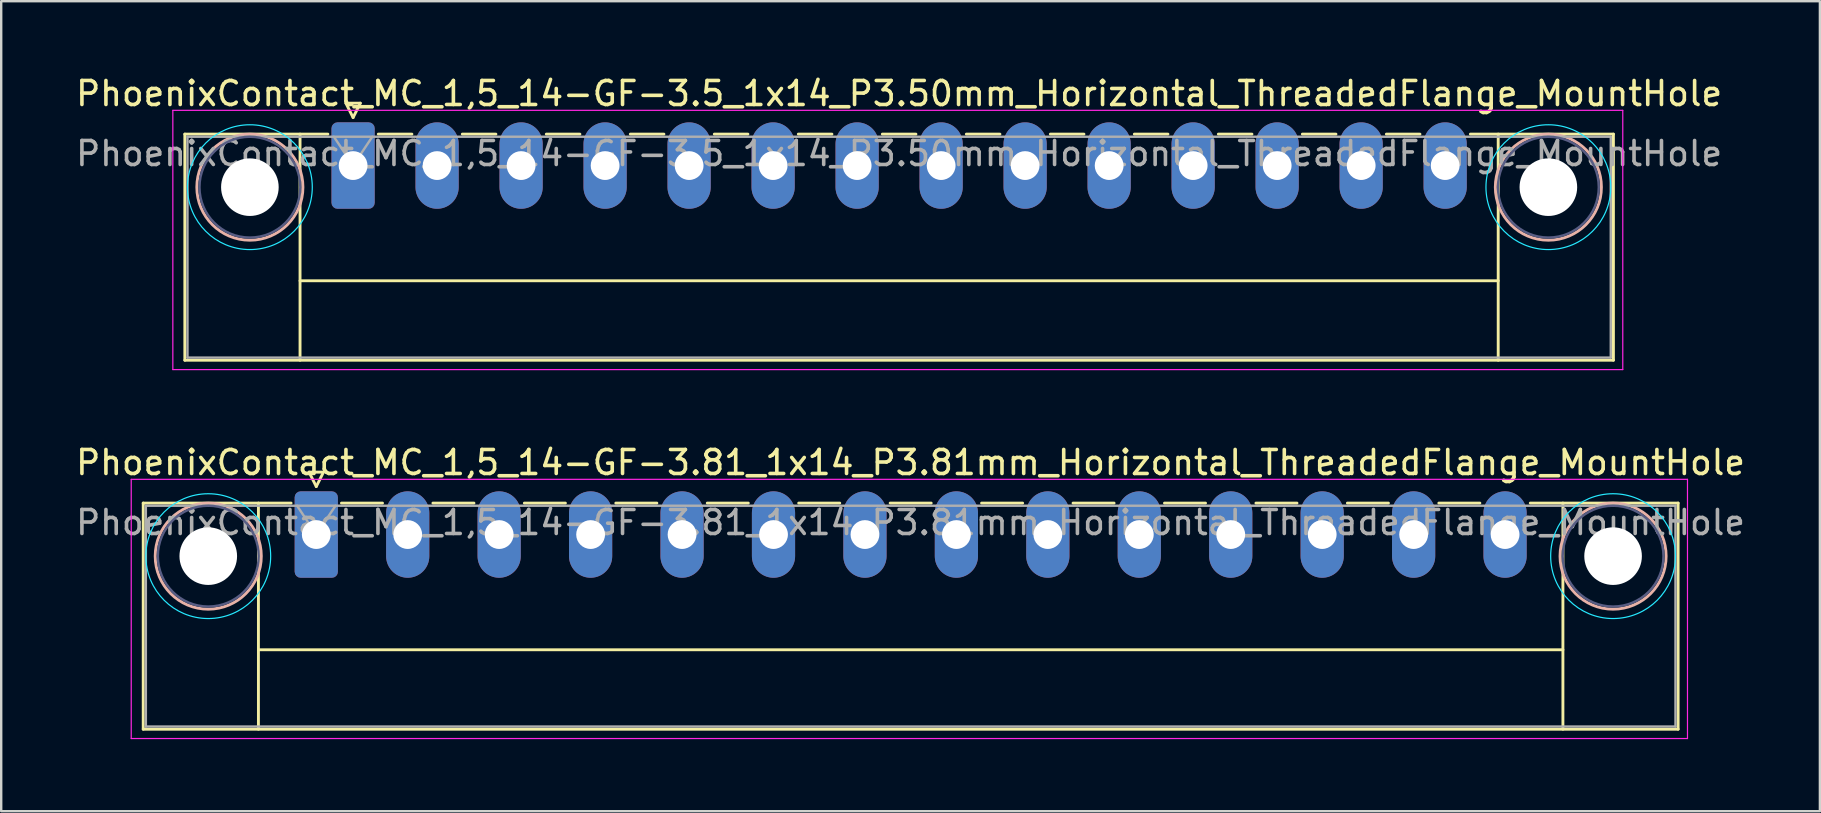
<source format=kicad_pcb>
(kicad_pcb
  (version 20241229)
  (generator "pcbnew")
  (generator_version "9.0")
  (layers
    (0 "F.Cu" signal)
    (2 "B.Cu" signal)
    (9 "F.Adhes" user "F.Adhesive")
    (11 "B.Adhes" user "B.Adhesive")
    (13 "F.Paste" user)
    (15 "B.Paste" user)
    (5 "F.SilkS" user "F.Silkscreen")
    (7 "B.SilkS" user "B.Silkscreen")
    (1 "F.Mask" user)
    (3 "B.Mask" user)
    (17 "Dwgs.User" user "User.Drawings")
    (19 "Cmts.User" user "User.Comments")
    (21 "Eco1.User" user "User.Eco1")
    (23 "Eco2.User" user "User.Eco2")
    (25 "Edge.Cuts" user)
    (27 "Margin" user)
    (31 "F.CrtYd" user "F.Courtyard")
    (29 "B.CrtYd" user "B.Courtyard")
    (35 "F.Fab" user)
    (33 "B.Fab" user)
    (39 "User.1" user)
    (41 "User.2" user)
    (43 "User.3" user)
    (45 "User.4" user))
  (footprint "PhoenixContact_MC_1,5_14-GF-3.5_1x14_P3.50mm_Horizontal_ThreadedFlange_MountHole"
    (layer "F.Cu")
    (at 11.661 3.848)
    (property "Reference" "PhoenixContact_MC_1,5_14-GF-3.5_1x14_P3.50mm_Horizontal_ThreadedFlange_MountHole" (at 22.75 -3 0) (layer "F.SilkS") (effects (font (size 1 1) (thickness 0.15))))
    (attr through_hole)
    (fp_line (start -7.01 -1.31) (end -7.01 8.11) (stroke (width 0.12) (type solid)) (layer "F.SilkS"))
    (fp_line (start -7.01 -1.31) (end -1.05 -1.31) (stroke (width 0.12) (type solid)) (layer "F.SilkS"))
    (fp_line (start -7.01 8.11) (end 52.51 8.11) (stroke (width 0.12) (type solid)) (layer "F.SilkS"))
    (fp_line (start -2.21 -1.31) (end -2.21 8.11) (stroke (width 0.12) (type solid)) (layer "F.SilkS"))
    (fp_line (start -2.21 4.8) (end 47.71 4.8) (stroke (width 0.12) (type solid)) (layer "F.SilkS"))
    (fp_line (start -0.3 -2.6) (end 0.3 -2.6) (stroke (width 0.12) (type solid)) (layer "F.SilkS"))
    (fp_line (start 0 -2) (end -0.3 -2.6) (stroke (width 0.12) (type solid)) (layer "F.SilkS"))
    (fp_line (start 0.3 -2.6) (end 0 -2) (stroke (width 0.12) (type solid)) (layer "F.SilkS"))
    (fp_line (start 1.05 -1.31) (end 2.45 -1.31) (stroke (width 0.12) (type solid)) (layer "F.SilkS"))
    (fp_line (start 4.55 -1.31) (end 5.95 -1.31) (stroke (width 0.12) (type solid)) (layer "F.SilkS"))
    (fp_line (start 8.05 -1.31) (end 9.45 -1.31) (stroke (width 0.12) (type solid)) (layer "F.SilkS"))
    (fp_line (start 11.55 -1.31) (end 12.95 -1.31) (stroke (width 0.12) (type solid)) (layer "F.SilkS"))
    (fp_line (start 15.05 -1.31) (end 16.45 -1.31) (stroke (width 0.12) (type solid)) (layer "F.SilkS"))
    (fp_line (start 18.55 -1.31) (end 19.95 -1.31) (stroke (width 0.12) (type solid)) (layer "F.SilkS"))
    (fp_line (start 22.05 -1.31) (end 23.45 -1.31) (stroke (width 0.12) (type solid)) (layer "F.SilkS"))
    (fp_line (start 25.55 -1.31) (end 26.95 -1.31) (stroke (width 0.12) (type solid)) (layer "F.SilkS"))
    (fp_line (start 29.05 -1.31) (end 30.45 -1.31) (stroke (width 0.12) (type solid)) (layer "F.SilkS"))
    (fp_line (start 32.55 -1.31) (end 33.95 -1.31) (stroke (width 0.12) (type solid)) (layer "F.SilkS"))
    (fp_line (start 36.05 -1.31) (end 37.45 -1.31) (stroke (width 0.12) (type solid)) (layer "F.SilkS"))
    (fp_line (start 39.55 -1.31) (end 40.95 -1.31) (stroke (width 0.12) (type solid)) (layer "F.SilkS"))
    (fp_line (start 43.05 -1.31) (end 44.45 -1.31) (stroke (width 0.12) (type solid)) (layer "F.SilkS"))
    (fp_line (start 47.71 -1.31) (end 47.71 8.11) (stroke (width 0.12) (type solid)) (layer "F.SilkS"))
    (fp_line (start 52.51 -1.31) (end 46.55 -1.31) (stroke (width 0.12) (type solid)) (layer "F.SilkS"))
    (fp_line (start 52.51 8.11) (end 52.51 -1.31) (stroke (width 0.12) (type solid)) (layer "F.SilkS"))
    (fp_circle (center -4.3 0.9) (end -2.09 0.9) (stroke (width 0.12) (type solid)) (fill no) (layer "B.SilkS"))
    (fp_circle (center 49.8 0.9) (end 52.01 0.9) (stroke (width 0.12) (type solid)) (fill no) (layer "B.SilkS"))
    (fp_circle (center -4.3 0.9) (end -1.7 0.9) (stroke (width 0.05) (type solid)) (fill no) (layer "B.CrtYd"))
    (fp_circle (center 49.8 0.9) (end 52.4 0.9) (stroke (width 0.05) (type solid)) (fill no) (layer "B.CrtYd"))
    (fp_line (start -7.51 -2.3) (end -7.51 8.5) (stroke (width 0.05) (type solid)) (layer "F.CrtYd"))
    (fp_line (start -7.51 8.5) (end 52.9 8.5) (stroke (width 0.05) (type solid)) (layer "F.CrtYd"))
    (fp_line (start 52.9 -2.3) (end -7.51 -2.3) (stroke (width 0.05) (type solid)) (layer "F.CrtYd"))
    (fp_line (start 52.9 8.5) (end 52.9 -2.3) (stroke (width 0.05) (type solid)) (layer "F.CrtYd"))
    (fp_circle (center -4.3 0.9) (end -2.2 0.9) (stroke (width 0.1) (type solid)) (fill no) (layer "B.Fab"))
    (fp_circle (center 49.8 0.9) (end 51.9 0.9) (stroke (width 0.1) (type solid)) (fill no) (layer "B.Fab"))
    (fp_line (start -6.9 -1.2) (end -6.9 8) (stroke (width 0.1) (type solid)) (layer "F.Fab"))
    (fp_line (start -6.9 8) (end 52.4 8) (stroke (width 0.1) (type solid)) (layer "F.Fab"))
    (fp_line (start 0 0) (end -0.8 -1.2) (stroke (width 0.1) (type solid)) (layer "F.Fab"))
    (fp_line (start 0.8 -1.2) (end 0 0) (stroke (width 0.1) (type solid)) (layer "F.Fab"))
    (fp_line (start 52.4 -1.2) (end -6.9 -1.2) (stroke (width 0.1) (type solid)) (layer "F.Fab"))
    (fp_line (start 52.4 8) (end 52.4 -1.2) (stroke (width 0.1) (type solid)) (layer "F.Fab"))
    (fp_text user "${REFERENCE}" (at 22.75 -0.5 0) (layer "F.Fab") (effects (font (size 1 1) (thickness 0.15))))
    (pad "" np_thru_hole circle (at -4.3 0.9) (size 2.4 2.4) (drill 2.4) (layers "*.Cu" "*.Mask"))
    (pad "" np_thru_hole circle (at 49.8 0.9) (size 2.4 2.4) (drill 2.4) (layers "*.Cu" "*.Mask"))
    (pad "1" thru_hole roundrect (at 0 0) (size 1.8 3.6) (drill 1.2) (layers "*.Cu" "*.Mask") (roundrect_rratio 0.139))
    (pad "2" thru_hole oval (at 3.5 0) (size 1.8 3.6) (drill 1.2) (layers "*.Cu" "*.Mask"))
    (pad "3" thru_hole oval (at 7 0) (size 1.8 3.6) (drill 1.2) (layers "*.Cu" "*.Mask"))
    (pad "4" thru_hole oval (at 10.5 0) (size 1.8 3.6) (drill 1.2) (layers "*.Cu" "*.Mask"))
    (pad "5" thru_hole oval (at 14 0) (size 1.8 3.6) (drill 1.2) (layers "*.Cu" "*.Mask"))
    (pad "6" thru_hole oval (at 17.5 0) (size 1.8 3.6) (drill 1.2) (layers "*.Cu" "*.Mask"))
    (pad "7" thru_hole oval (at 21 0) (size 1.8 3.6) (drill 1.2) (layers "*.Cu" "*.Mask"))
    (pad "8" thru_hole oval (at 24.5 0) (size 1.8 3.6) (drill 1.2) (layers "*.Cu" "*.Mask"))
    (pad "9" thru_hole oval (at 28 0) (size 1.8 3.6) (drill 1.2) (layers "*.Cu" "*.Mask"))
    (pad "10" thru_hole oval (at 31.5 0) (size 1.8 3.6) (drill 1.2) (layers "*.Cu" "*.Mask"))
    (pad "11" thru_hole oval (at 35 0) (size 1.8 3.6) (drill 1.2) (layers "*.Cu" "*.Mask"))
    (pad "12" thru_hole oval (at 38.5 0) (size 1.8 3.6) (drill 1.2) (layers "*.Cu" "*.Mask"))
    (pad "13" thru_hole oval (at 42 0) (size 1.8 3.6) (drill 1.2) (layers "*.Cu" "*.Mask"))
    (pad "14" thru_hole oval (at 45.5 0) (size 1.8 3.6) (drill 1.2) (layers "*.Cu" "*.Mask")))
  (footprint "PhoenixContact_MC_1,5_14-GF-3.81_1x14_P3.81mm_Horizontal_ThreadedFlange_MountHole"
    (layer "F.Cu")
    (at 10.127 19.221)
    (property "Reference" "PhoenixContact_MC_1,5_14-GF-3.81_1x14_P3.81mm_Horizontal_ThreadedFlange_MountHole" (at 24.76 -3 0) (layer "F.SilkS") (effects (font (size 1 1) (thickness 0.15))))
    (attr through_hole)
    (fp_line (start -7.21 -1.31) (end -7.21 8.11) (stroke (width 0.12) (type solid)) (layer "F.SilkS"))
    (fp_line (start -7.21 -1.31) (end -1.05 -1.31) (stroke (width 0.12) (type solid)) (layer "F.SilkS"))
    (fp_line (start -7.21 8.11) (end 56.74 8.11) (stroke (width 0.12) (type solid)) (layer "F.SilkS"))
    (fp_line (start -2.41 -1.31) (end -2.41 8.11) (stroke (width 0.12) (type solid)) (layer "F.SilkS"))
    (fp_line (start -2.41 4.8) (end 51.94 4.8) (stroke (width 0.12) (type solid)) (layer "F.SilkS"))
    (fp_line (start -0.3 -2.6) (end 0.3 -2.6) (stroke (width 0.12) (type solid)) (layer "F.SilkS"))
    (fp_line (start 0 -2) (end -0.3 -2.6) (stroke (width 0.12) (type solid)) (layer "F.SilkS"))
    (fp_line (start 0.3 -2.6) (end 0 -2) (stroke (width 0.12) (type solid)) (layer "F.SilkS"))
    (fp_line (start 1.05 -1.31) (end 2.76 -1.31) (stroke (width 0.12) (type solid)) (layer "F.SilkS"))
    (fp_line (start 4.86 -1.31) (end 6.57 -1.31) (stroke (width 0.12) (type solid)) (layer "F.SilkS"))
    (fp_line (start 8.67 -1.31) (end 10.38 -1.31) (stroke (width 0.12) (type solid)) (layer "F.SilkS"))
    (fp_line (start 12.48 -1.31) (end 14.19 -1.31) (stroke (width 0.12) (type solid)) (layer "F.SilkS"))
    (fp_line (start 16.29 -1.31) (end 18 -1.31) (stroke (width 0.12) (type solid)) (layer "F.SilkS"))
    (fp_line (start 20.1 -1.31) (end 21.81 -1.31) (stroke (width 0.12) (type solid)) (layer "F.SilkS"))
    (fp_line (start 23.91 -1.31) (end 25.62 -1.31) (stroke (width 0.12) (type solid)) (layer "F.SilkS"))
    (fp_line (start 27.72 -1.31) (end 29.43 -1.31) (stroke (width 0.12) (type solid)) (layer "F.SilkS"))
    (fp_line (start 31.53 -1.31) (end 33.24 -1.31) (stroke (width 0.12) (type solid)) (layer "F.SilkS"))
    (fp_line (start 35.34 -1.31) (end 37.05 -1.31) (stroke (width 0.12) (type solid)) (layer "F.SilkS"))
    (fp_line (start 39.15 -1.31) (end 40.86 -1.31) (stroke (width 0.12) (type solid)) (layer "F.SilkS"))
    (fp_line (start 42.96 -1.31) (end 44.67 -1.31) (stroke (width 0.12) (type solid)) (layer "F.SilkS"))
    (fp_line (start 46.77 -1.31) (end 48.48 -1.31) (stroke (width 0.12) (type solid)) (layer "F.SilkS"))
    (fp_line (start 51.94 -1.31) (end 51.94 8.11) (stroke (width 0.12) (type solid)) (layer "F.SilkS"))
    (fp_line (start 56.74 -1.31) (end 50.58 -1.31) (stroke (width 0.12) (type solid)) (layer "F.SilkS"))
    (fp_line (start 56.74 8.11) (end 56.74 -1.31) (stroke (width 0.12) (type solid)) (layer "F.SilkS"))
    (fp_circle (center -4.5 0.9) (end -2.29 0.9) (stroke (width 0.12) (type solid)) (fill no) (layer "B.SilkS"))
    (fp_circle (center 54.03 0.9) (end 56.24 0.9) (stroke (width 0.12) (type solid)) (fill no) (layer "B.SilkS"))
    (fp_circle (center -4.5 0.9) (end -1.9 0.9) (stroke (width 0.05) (type solid)) (fill no) (layer "B.CrtYd"))
    (fp_circle (center 54.03 0.9) (end 56.63 0.9) (stroke (width 0.05) (type solid)) (fill no) (layer "B.CrtYd"))
    (fp_line (start -7.71 -2.3) (end -7.71 8.5) (stroke (width 0.05) (type solid)) (layer "F.CrtYd"))
    (fp_line (start -7.71 8.5) (end 57.13 8.5) (stroke (width 0.05) (type solid)) (layer "F.CrtYd"))
    (fp_line (start 57.13 -2.3) (end -7.71 -2.3) (stroke (width 0.05) (type solid)) (layer "F.CrtYd"))
    (fp_line (start 57.13 8.5) (end 57.13 -2.3) (stroke (width 0.05) (type solid)) (layer "F.CrtYd"))
    (fp_circle (center -4.5 0.9) (end -2.4 0.9) (stroke (width 0.1) (type solid)) (fill no) (layer "B.Fab"))
    (fp_circle (center 54.03 0.9) (end 56.13 0.9) (stroke (width 0.1) (type solid)) (fill no) (layer "B.Fab"))
    (fp_line (start -7.1 -1.2) (end -7.1 8) (stroke (width 0.1) (type solid)) (layer "F.Fab"))
    (fp_line (start -7.1 8) (end 56.63 8) (stroke (width 0.1) (type solid)) (layer "F.Fab"))
    (fp_line (start 0 0) (end -0.8 -1.2) (stroke (width 0.1) (type solid)) (layer "F.Fab"))
    (fp_line (start 0.8 -1.2) (end 0 0) (stroke (width 0.1) (type solid)) (layer "F.Fab"))
    (fp_line (start 56.63 -1.2) (end -7.1 -1.2) (stroke (width 0.1) (type solid)) (layer "F.Fab"))
    (fp_line (start 56.63 8) (end 56.63 -1.2) (stroke (width 0.1) (type solid)) (layer "F.Fab"))
    (fp_text user "${REFERENCE}" (at 24.76 -0.5 0) (layer "F.Fab") (effects (font (size 1 1) (thickness 0.15))))
    (pad "" np_thru_hole circle (at -4.5 0.9) (size 2.4 2.4) (drill 2.4) (layers "*.Cu" "*.Mask"))
    (pad "" np_thru_hole circle (at 54.03 0.9) (size 2.4 2.4) (drill 2.4) (layers "*.Cu" "*.Mask"))
    (pad "1" thru_hole roundrect (at 0 0) (size 1.8 3.6) (drill 1.2) (layers "*.Cu" "*.Mask") (roundrect_rratio 0.139))
    (pad "2" thru_hole oval (at 3.81 0) (size 1.8 3.6) (drill 1.2) (layers "*.Cu" "*.Mask"))
    (pad "3" thru_hole oval (at 7.62 0) (size 1.8 3.6) (drill 1.2) (layers "*.Cu" "*.Mask"))
    (pad "4" thru_hole oval (at 11.43 0) (size 1.8 3.6) (drill 1.2) (layers "*.Cu" "*.Mask"))
    (pad "5" thru_hole oval (at 15.24 0) (size 1.8 3.6) (drill 1.2) (layers "*.Cu" "*.Mask"))
    (pad "6" thru_hole oval (at 19.05 0) (size 1.8 3.6) (drill 1.2) (layers "*.Cu" "*.Mask"))
    (pad "7" thru_hole oval (at 22.86 0) (size 1.8 3.6) (drill 1.2) (layers "*.Cu" "*.Mask"))
    (pad "8" thru_hole oval (at 26.67 0) (size 1.8 3.6) (drill 1.2) (layers "*.Cu" "*.Mask"))
    (pad "9" thru_hole oval (at 30.48 0) (size 1.8 3.6) (drill 1.2) (layers "*.Cu" "*.Mask"))
    (pad "10" thru_hole oval (at 34.29 0) (size 1.8 3.6) (drill 1.2) (layers "*.Cu" "*.Mask"))
    (pad "11" thru_hole oval (at 38.1 0) (size 1.8 3.6) (drill 1.2) (layers "*.Cu" "*.Mask"))
    (pad "12" thru_hole oval (at 41.91 0) (size 1.8 3.6) (drill 1.2) (layers "*.Cu" "*.Mask"))
    (pad "13" thru_hole oval (at 45.72 0) (size 1.8 3.6) (drill 1.2) (layers "*.Cu" "*.Mask"))
    (pad "14" thru_hole oval (at 49.53 0) (size 1.8 3.6) (drill 1.2) (layers "*.Cu" "*.Mask")))
  (gr_rect
    (start -3 -3)
    (end 72.774 30.747)
    (stroke (width 0.1) (type default))
    (fill no)
    (layer "Edge.Cuts")))
</source>
